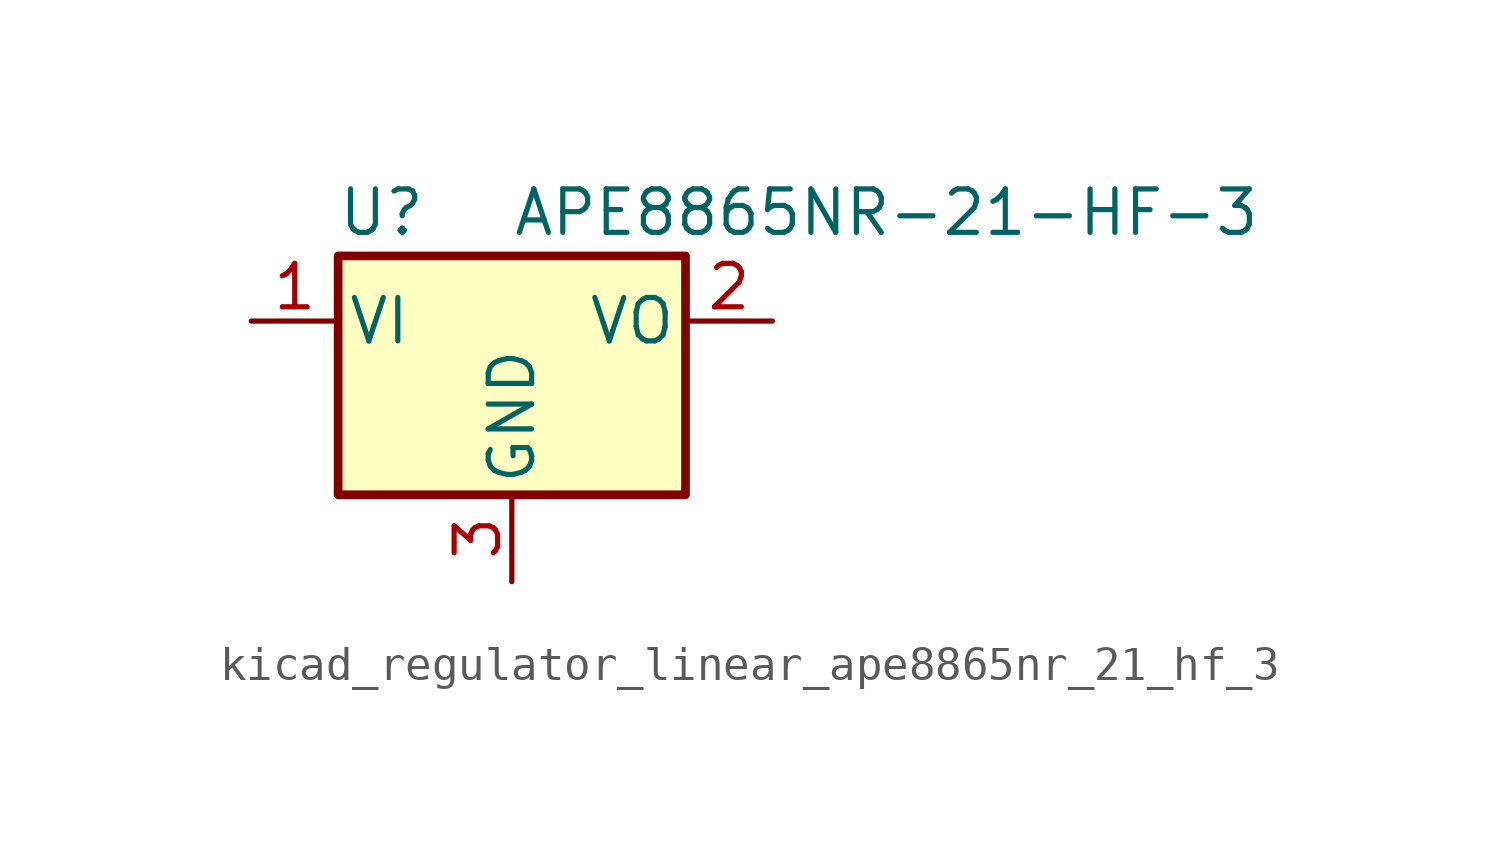
<source format=kicad_sym>
(kicad_symbol_lib
  (version 20220914)
  (generator kicad_symbol_editor)
  (symbol "kicad_regulator_linear_ape8865nr_21_hf_3"
    (pin_names
      (offset 0.254))
    (property "Reference" "U"
      (at -3.81 3.175 0)
      (effects (font (size 1.27 1.27))))
    (property "Value" "APE8865NR-21-HF-3"
      (at 0 3.175 0)
      (effects (font (size 1.27 1.27)) (justify left)))
    (symbol "kicad_regulator_linear_ape8865nr_21_hf_3_0_1"
      (rectangle (start -5.08 1.905) (end 5.08 -5.08) (stroke (width 0.254) (type default)) (fill (type background))))
    (symbol "kicad_regulator_linear_ape8865nr_21_hf_3_1_1"
      (pin power_in line (at -7.62 0 0) (length 2.54) (name "VI" (effects (font (size 1.27 1.27)))) (number "1" (effects (font (size 1.27 1.27)))))
      (pin power_out line (at 7.62 0 180) (length 2.54) (name "VO" (effects (font (size 1.27 1.27)))) (number "2" (effects (font (size 1.27 1.27)))))
      (pin power_in line (at 0 -7.62 90) (length 2.54) (name "GND" (effects (font (size 1.27 1.27)))) (number "3" (effects (font (size 1.27 1.27))))))))
</source>
